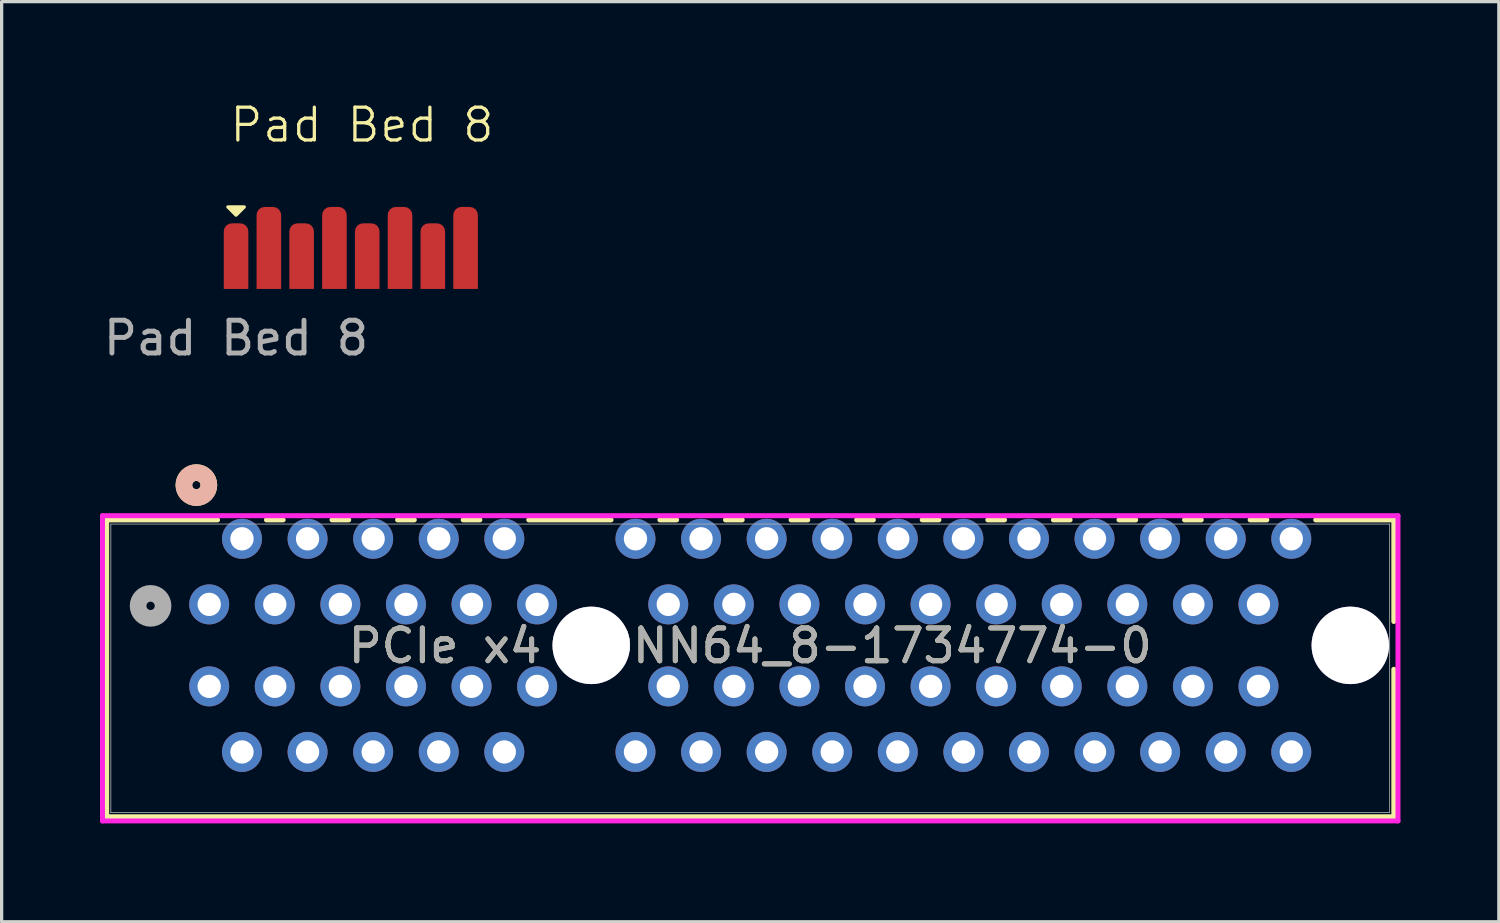
<source format=kicad_pcb>
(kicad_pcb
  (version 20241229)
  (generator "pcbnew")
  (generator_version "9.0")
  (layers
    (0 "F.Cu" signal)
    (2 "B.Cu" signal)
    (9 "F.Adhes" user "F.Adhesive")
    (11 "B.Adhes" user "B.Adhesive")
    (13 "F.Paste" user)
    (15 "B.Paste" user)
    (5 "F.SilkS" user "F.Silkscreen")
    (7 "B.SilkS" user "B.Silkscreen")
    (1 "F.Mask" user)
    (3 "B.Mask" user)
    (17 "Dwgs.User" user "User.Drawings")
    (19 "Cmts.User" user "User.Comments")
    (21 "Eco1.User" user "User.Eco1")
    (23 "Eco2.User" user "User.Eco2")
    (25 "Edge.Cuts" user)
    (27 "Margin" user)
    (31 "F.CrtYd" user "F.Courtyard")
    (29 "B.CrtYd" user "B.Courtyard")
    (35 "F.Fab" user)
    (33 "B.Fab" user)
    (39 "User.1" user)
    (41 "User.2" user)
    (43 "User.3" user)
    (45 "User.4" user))
  (footprint "PCIe x4 CONN64_8-1734774-0"
    (layer "F.Cu")
    (at 3.33 15.382)
    (property "Reference" "PCIe x4 CONN64_8-1734774-0" (at 16.5 1.264 0) (unlocked yes) (layer "F.SilkS") (effects (font (size 1 1) (thickness 0.15))))
    (attr through_hole)
    (fp_line (start -3.127 -2.577) (end 0.255 -2.577) (stroke (width 0.152) (type solid)) (layer "F.SilkS"))
    (fp_line (start -3.127 6.477) (end -3.127 -2.577) (stroke (width 0.152) (type solid)) (layer "F.SilkS"))
    (fp_line (start 1.745 -2.577) (end 2.255 -2.577) (stroke (width 0.152) (type solid)) (layer "F.SilkS"))
    (fp_line (start 3.745 -2.577) (end 4.255 -2.577) (stroke (width 0.152) (type solid)) (layer "F.SilkS"))
    (fp_line (start 5.745 -2.577) (end 6.255 -2.577) (stroke (width 0.152) (type solid)) (layer "F.SilkS"))
    (fp_line (start 7.745 -2.577) (end 8.255 -2.577) (stroke (width 0.152) (type solid)) (layer "F.SilkS"))
    (fp_line (start 9.745 -2.577) (end 12.255 -2.577) (stroke (width 0.152) (type solid)) (layer "F.SilkS"))
    (fp_line (start 13.745 -2.577) (end 14.255 -2.577) (stroke (width 0.152) (type solid)) (layer "F.SilkS"))
    (fp_line (start 15.745 -2.577) (end 16.255 -2.577) (stroke (width 0.152) (type solid)) (layer "F.SilkS"))
    (fp_line (start 17.745 -2.577) (end 18.255 -2.577) (stroke (width 0.152) (type solid)) (layer "F.SilkS"))
    (fp_line (start 19.745 -2.577) (end 20.255 -2.577) (stroke (width 0.152) (type solid)) (layer "F.SilkS"))
    (fp_line (start 21.745 -2.577) (end 22.255 -2.577) (stroke (width 0.152) (type solid)) (layer "F.SilkS"))
    (fp_line (start 23.745 -2.577) (end 24.255 -2.577) (stroke (width 0.152) (type solid)) (layer "F.SilkS"))
    (fp_line (start 25.745 -2.577) (end 26.255 -2.577) (stroke (width 0.152) (type solid)) (layer "F.SilkS"))
    (fp_line (start 27.745 -2.577) (end 28.255 -2.577) (stroke (width 0.152) (type solid)) (layer "F.SilkS"))
    (fp_line (start 29.745 -2.577) (end 30.255 -2.577) (stroke (width 0.152) (type solid)) (layer "F.SilkS"))
    (fp_line (start 31.745 -2.577) (end 32.255 -2.577) (stroke (width 0.152) (type solid)) (layer "F.SilkS"))
    (fp_line (start 33.745 -2.577) (end 36.127 -2.577) (stroke (width 0.152) (type solid)) (layer "F.SilkS"))
    (fp_line (start 36.127 -2.577) (end 36.127 0.521) (stroke (width 0.152) (type solid)) (layer "F.SilkS"))
    (fp_line (start 36.127 1.979) (end 36.127 6.477) (stroke (width 0.152) (type solid)) (layer "F.SilkS"))
    (fp_line (start 36.127 6.477) (end -3.127 6.477) (stroke (width 0.152) (type solid)) (layer "F.SilkS"))
    (fp_circle (center -0.391 -3.638) (end -0.01 -3.638) (stroke (width 0.508) (type solid)) (fill no) (layer "F.SilkS"))
    (fp_circle (center -0.391 -3.638) (end -0.01 -3.638) (stroke (width 0.508) (type solid)) (fill no) (layer "B.SilkS"))
    (fp_line (start -3.254 -2.704) (end -3.254 6.604) (stroke (width 0.152) (type solid)) (layer "F.CrtYd"))
    (fp_line (start -3.254 6.604) (end 36.254 6.604) (stroke (width 0.152) (type solid)) (layer "F.CrtYd"))
    (fp_line (start 36.254 -2.704) (end -3.254 -2.704) (stroke (width 0.152) (type solid)) (layer "F.CrtYd"))
    (fp_line (start 36.254 6.604) (end 36.254 -2.704) (stroke (width 0.152) (type solid)) (layer "F.CrtYd"))
    (fp_line (start -3 -2.45) (end -3 6.35) (stroke (width 0.025) (type solid)) (layer "F.Fab"))
    (fp_line (start -3 6.35) (end 36 6.35) (stroke (width 0.025) (type solid)) (layer "F.Fab"))
    (fp_line (start 36 -2.45) (end -3 -2.45) (stroke (width 0.025) (type solid)) (layer "F.Fab"))
    (fp_line (start 36 6.35) (end 36 -2.45) (stroke (width 0.025) (type solid)) (layer "F.Fab"))
    (fp_circle (center -1.788 0.045) (end -1.407 0.045) (stroke (width 0.508) (type solid)) (fill no) (layer "F.Fab"))
    (fp_text user "${REFERENCE}" (at 16.5 1.264 0) (unlocked yes) (layer "F.Fab") (effects (font (size 1 1) (thickness 0.15))))
    (pad "65" thru_hole circle (at 11.65 1.25) (size 2.362 2.362) (drill 2.362) (layers "*.Cu" "*.Mask"))
    (pad "66" thru_hole circle (at 34.8 1.25) (size 2.362 2.362) (drill 2.362) (layers "*.Cu" "*.Mask"))
    (pad "A1" thru_hole circle (at 0 0 90) (size 1.219 1.219) (drill 0.711) (layers "*.Cu" "*.Mask"))
    (pad "A2" thru_hole circle (at 1 -2 90) (size 1.219 1.219) (drill 0.711) (layers "*.Cu" "*.Mask"))
    (pad "A3" thru_hole circle (at 2 0 90) (size 1.219 1.219) (drill 0.711) (layers "*.Cu" "*.Mask"))
    (pad "A4" thru_hole circle (at 3 -2 90) (size 1.219 1.219) (drill 0.711) (layers "*.Cu" "*.Mask"))
    (pad "A5" thru_hole circle (at 4 0 90) (size 1.219 1.219) (drill 0.711) (layers "*.Cu" "*.Mask"))
    (pad "A6" thru_hole circle (at 5 -2 90) (size 1.219 1.219) (drill 0.711) (layers "*.Cu" "*.Mask"))
    (pad "A7" thru_hole circle (at 6 0 90) (size 1.219 1.219) (drill 0.711) (layers "*.Cu" "*.Mask"))
    (pad "A8" thru_hole circle (at 7 -2 90) (size 1.219 1.219) (drill 0.711) (layers "*.Cu" "*.Mask"))
    (pad "A9" thru_hole circle (at 8 0 90) (size 1.219 1.219) (drill 0.711) (layers "*.Cu" "*.Mask"))
    (pad "A10" thru_hole circle (at 9 -2 90) (size 1.219 1.219) (drill 0.711) (layers "*.Cu" "*.Mask"))
    (pad "A11" thru_hole circle (at 10 0 90) (size 1.219 1.219) (drill 0.711) (layers "*.Cu" "*.Mask"))
    (pad "A12" thru_hole circle (at 13 -2 90) (size 1.219 1.219) (drill 0.711) (layers "*.Cu" "*.Mask"))
    (pad "A13" thru_hole circle (at 14 0 90) (size 1.219 1.219) (drill 0.711) (layers "*.Cu" "*.Mask"))
    (pad "A14" thru_hole circle (at 15 -2 90) (size 1.219 1.219) (drill 0.711) (layers "*.Cu" "*.Mask"))
    (pad "A15" thru_hole circle (at 16 0 90) (size 1.219 1.219) (drill 0.711) (layers "*.Cu" "*.Mask"))
    (pad "A16" thru_hole circle (at 17 -2 90) (size 1.219 1.219) (drill 0.711) (layers "*.Cu" "*.Mask"))
    (pad "A17" thru_hole circle (at 18 0 90) (size 1.219 1.219) (drill 0.711) (layers "*.Cu" "*.Mask"))
    (pad "A18" thru_hole circle (at 19 -2 90) (size 1.219 1.219) (drill 0.711) (layers "*.Cu" "*.Mask"))
    (pad "A19" thru_hole circle (at 20 0 90) (size 1.219 1.219) (drill 0.711) (layers "*.Cu" "*.Mask"))
    (pad "A20" thru_hole circle (at 21 -2 90) (size 1.219 1.219) (drill 0.711) (layers "*.Cu" "*.Mask"))
    (pad "A21" thru_hole circle (at 22 0 90) (size 1.219 1.219) (drill 0.711) (layers "*.Cu" "*.Mask"))
    (pad "A22" thru_hole circle (at 23 -2 90) (size 1.219 1.219) (drill 0.711) (layers "*.Cu" "*.Mask"))
    (pad "A23" thru_hole circle (at 24 0 90) (size 1.219 1.219) (drill 0.711) (layers "*.Cu" "*.Mask"))
    (pad "A24" thru_hole circle (at 25 -2 90) (size 1.219 1.219) (drill 0.711) (layers "*.Cu" "*.Mask"))
    (pad "A25" thru_hole circle (at 26 0 90) (size 1.219 1.219) (drill 0.711) (layers "*.Cu" "*.Mask"))
    (pad "A26" thru_hole circle (at 27 -2 90) (size 1.219 1.219) (drill 0.711) (layers "*.Cu" "*.Mask"))
    (pad "A27" thru_hole circle (at 28 0 90) (size 1.219 1.219) (drill 0.711) (layers "*.Cu" "*.Mask"))
    (pad "A28" thru_hole circle (at 29 -2 90) (size 1.219 1.219) (drill 0.711) (layers "*.Cu" "*.Mask"))
    (pad "A29" thru_hole circle (at 30 0 90) (size 1.219 1.219) (drill 0.711) (layers "*.Cu" "*.Mask"))
    (pad "A30" thru_hole circle (at 31 -2 90) (size 1.219 1.219) (drill 0.711) (layers "*.Cu" "*.Mask"))
    (pad "A31" thru_hole circle (at 32 0 90) (size 1.219 1.219) (drill 0.711) (layers "*.Cu" "*.Mask"))
    (pad "A32" thru_hole circle (at 33 -2 90) (size 1.219 1.219) (drill 0.711) (layers "*.Cu" "*.Mask"))
    (pad "B1" thru_hole circle (at 0 2.5 90) (size 1.219 1.219) (drill 0.711) (layers "*.Cu" "*.Mask"))
    (pad "B2" thru_hole circle (at 1 4.5 90) (size 1.219 1.219) (drill 0.711) (layers "*.Cu" "*.Mask"))
    (pad "B3" thru_hole circle (at 2 2.5 90) (size 1.219 1.219) (drill 0.711) (layers "*.Cu" "*.Mask"))
    (pad "B4" thru_hole circle (at 3 4.5 90) (size 1.219 1.219) (drill 0.711) (layers "*.Cu" "*.Mask"))
    (pad "B5" thru_hole circle (at 4 2.5 90) (size 1.219 1.219) (drill 0.711) (layers "*.Cu" "*.Mask"))
    (pad "B6" thru_hole circle (at 5 4.5 90) (size 1.219 1.219) (drill 0.711) (layers "*.Cu" "*.Mask"))
    (pad "B7" thru_hole circle (at 6 2.5 90) (size 1.219 1.219) (drill 0.711) (layers "*.Cu" "*.Mask"))
    (pad "B8" thru_hole circle (at 7 4.5 90) (size 1.219 1.219) (drill 0.711) (layers "*.Cu" "*.Mask"))
    (pad "B9" thru_hole circle (at 8 2.5 90) (size 1.219 1.219) (drill 0.711) (layers "*.Cu" "*.Mask"))
    (pad "B10" thru_hole circle (at 9 4.5 90) (size 1.219 1.219) (drill 0.711) (layers "*.Cu" "*.Mask"))
    (pad "B11" thru_hole circle (at 10 2.5 90) (size 1.219 1.219) (drill 0.711) (layers "*.Cu" "*.Mask"))
    (pad "B12" thru_hole circle (at 13 4.5 90) (size 1.219 1.219) (drill 0.711) (layers "*.Cu" "*.Mask"))
    (pad "B13" thru_hole circle (at 14 2.5 90) (size 1.219 1.219) (drill 0.711) (layers "*.Cu" "*.Mask"))
    (pad "B14" thru_hole circle (at 15 4.5 90) (size 1.219 1.219) (drill 0.711) (layers "*.Cu" "*.Mask"))
    (pad "B15" thru_hole circle (at 16 2.5 90) (size 1.219 1.219) (drill 0.711) (layers "*.Cu" "*.Mask"))
    (pad "B16" thru_hole circle (at 17 4.5 90) (size 1.219 1.219) (drill 0.711) (layers "*.Cu" "*.Mask"))
    (pad "B17" thru_hole circle (at 18 2.5 90) (size 1.219 1.219) (drill 0.711) (layers "*.Cu" "*.Mask"))
    (pad "B18" thru_hole circle (at 19 4.5 90) (size 1.219 1.219) (drill 0.711) (layers "*.Cu" "*.Mask"))
    (pad "B19" thru_hole circle (at 20 2.5 90) (size 1.219 1.219) (drill 0.711) (layers "*.Cu" "*.Mask"))
    (pad "B20" thru_hole circle (at 21 4.5 90) (size 1.219 1.219) (drill 0.711) (layers "*.Cu" "*.Mask"))
    (pad "B21" thru_hole circle (at 22 2.5 90) (size 1.219 1.219) (drill 0.711) (layers "*.Cu" "*.Mask"))
    (pad "B22" thru_hole circle (at 23 4.5 90) (size 1.219 1.219) (drill 0.711) (layers "*.Cu" "*.Mask"))
    (pad "B23" thru_hole circle (at 24 2.5 90) (size 1.219 1.219) (drill 0.711) (layers "*.Cu" "*.Mask"))
    (pad "B24" thru_hole circle (at 25 4.5 90) (size 1.219 1.219) (drill 0.711) (layers "*.Cu" "*.Mask"))
    (pad "B25" thru_hole circle (at 26 2.5 90) (size 1.219 1.219) (drill 0.711) (layers "*.Cu" "*.Mask"))
    (pad "B26" thru_hole circle (at 27 4.5 90) (size 1.219 1.219) (drill 0.711) (layers "*.Cu" "*.Mask"))
    (pad "B27" thru_hole circle (at 28 2.5 90) (size 1.219 1.219) (drill 0.711) (layers "*.Cu" "*.Mask"))
    (pad "B28" thru_hole circle (at 29 4.5 90) (size 1.219 1.219) (drill 0.711) (layers "*.Cu" "*.Mask"))
    (pad "B29" thru_hole circle (at 30 2.5 90) (size 1.219 1.219) (drill 0.711) (layers "*.Cu" "*.Mask"))
    (pad "B30" thru_hole circle (at 31 4.5 90) (size 1.219 1.219) (drill 0.711) (layers "*.Cu" "*.Mask"))
    (pad "B31" thru_hole circle (at 32 2.5 90) (size 1.219 1.219) (drill 0.711) (layers "*.Cu" "*.Mask"))
    (pad "B32" thru_hole circle (at 33 4.5 90) (size 1.219 1.219) (drill 0.711) (layers "*.Cu" "*.Mask")))
  (footprint "Pad Bed 8"
    (layer "F.Cu")
    (at 4.149 4.761)
    (property "Reference" "Pad Bed 8" (at -0.25 -4 0) (layer "F.SilkS") (effects (font (size 1 1) (thickness 0.1)) (justify left)))
    (attr smd)
    (fp_poly (pts (xy 0 -1.25) (xy 0.25 -1.5) (xy -0.25 -1.5)) (stroke (width 0.1) (type solid)) (fill yes) (layer "F.SilkS"))
    (fp_text user "${REFERENCE}" (at 0 2.5 0) (unlocked yes) (layer "F.Fab") (effects (font (size 1 1) (thickness 0.15))))
    (pad "1" smd roundrect (at 0 0) (size 0.75 2) (layers "F.Cu" "F.Mask" "F.Paste") (roundrect_rratio 0.33) (chamfer_ratio 0) (chamfer bottom_left bottom_right))
    (pad "2" smd roundrect (at 1 -0.25) (size 0.75 2.5) (layers "F.Cu" "F.Mask" "F.Paste") (roundrect_rratio 0.33) (chamfer_ratio 0) (chamfer bottom_left bottom_right))
    (pad "3" smd roundrect (at 2 0) (size 0.75 2) (layers "F.Cu" "F.Mask" "F.Paste") (roundrect_rratio 0.33) (chamfer_ratio 0) (chamfer bottom_left bottom_right))
    (pad "4" smd roundrect (at 3 -0.25) (size 0.75 2.5) (layers "F.Cu" "F.Mask" "F.Paste") (roundrect_rratio 0.33) (chamfer_ratio 0) (chamfer bottom_left bottom_right))
    (pad "5" smd roundrect (at 4 0) (size 0.75 2) (layers "F.Cu" "F.Mask" "F.Paste") (roundrect_rratio 0.33) (chamfer_ratio 0) (chamfer bottom_left bottom_right))
    (pad "6" smd roundrect (at 5 -0.25) (size 0.75 2.5) (layers "F.Cu" "F.Mask" "F.Paste") (roundrect_rratio 0.33) (chamfer_ratio 0) (chamfer bottom_left bottom_right))
    (pad "7" smd roundrect (at 6 0) (size 0.75 2) (layers "F.Cu" "F.Mask" "F.Paste") (roundrect_rratio 0.33) (chamfer_ratio 0) (chamfer bottom_left bottom_right))
    (pad "8" smd roundrect (at 7 -0.25) (size 0.75 2.5) (layers "F.Cu" "F.Mask" "F.Paste") (roundrect_rratio 0.33) (chamfer_ratio 0) (chamfer bottom_left bottom_right)))
  (gr_rect
    (start -3 -3)
    (end 42.66 25.062)
    (stroke (width 0.1) (type default))
    (fill no)
    (layer "Edge.Cuts")))
</source>
